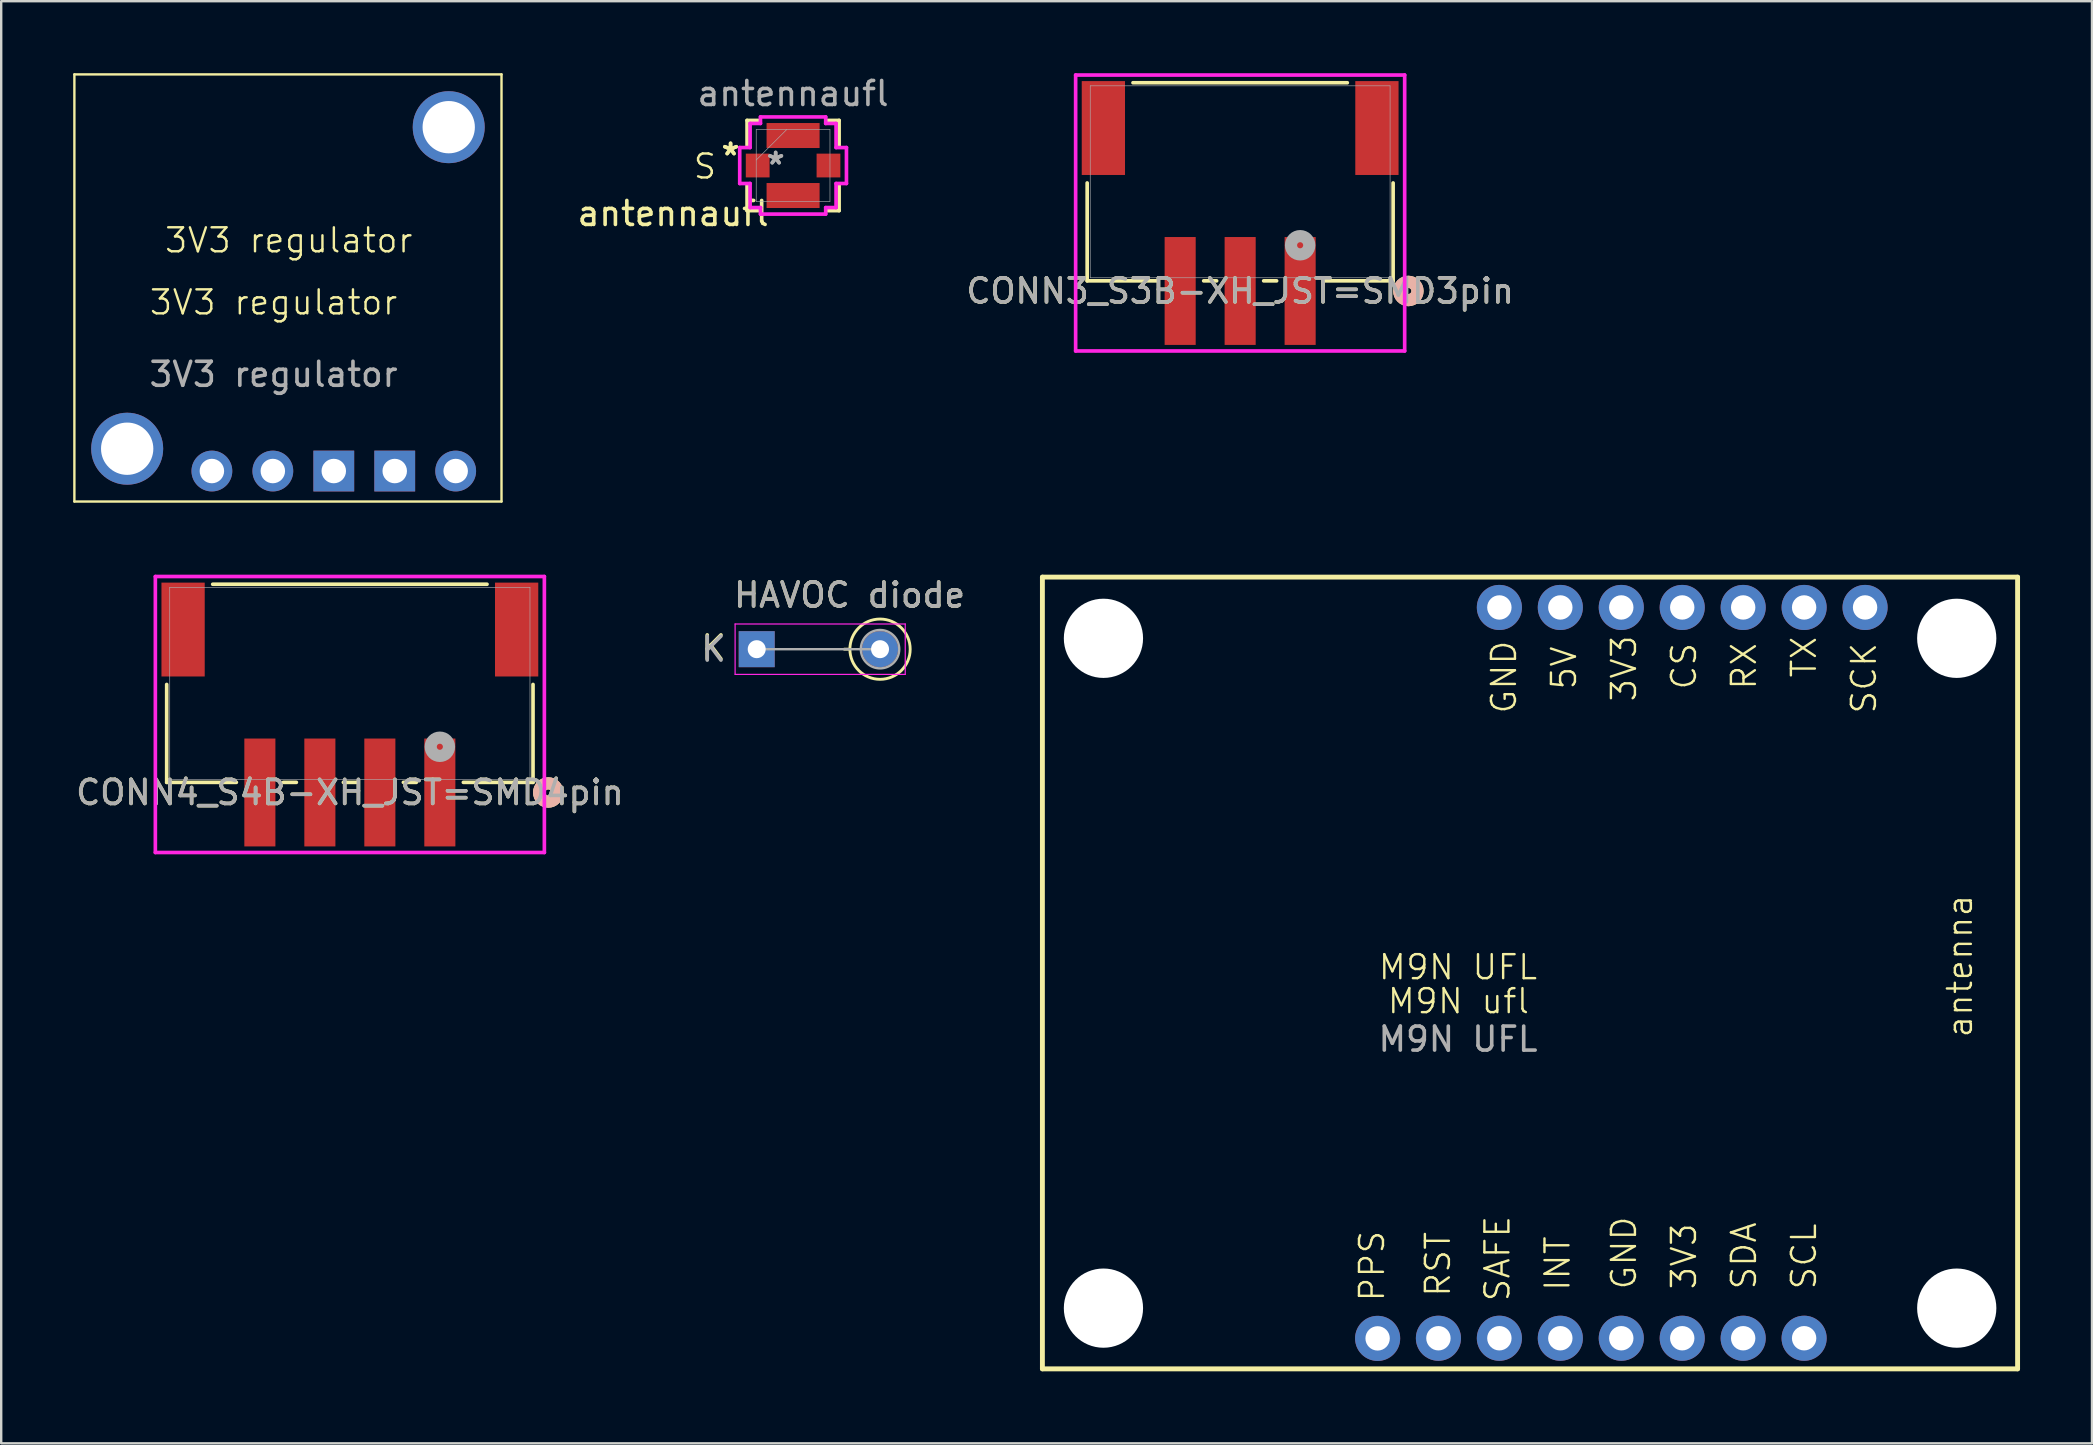
<source format=kicad_pcb>
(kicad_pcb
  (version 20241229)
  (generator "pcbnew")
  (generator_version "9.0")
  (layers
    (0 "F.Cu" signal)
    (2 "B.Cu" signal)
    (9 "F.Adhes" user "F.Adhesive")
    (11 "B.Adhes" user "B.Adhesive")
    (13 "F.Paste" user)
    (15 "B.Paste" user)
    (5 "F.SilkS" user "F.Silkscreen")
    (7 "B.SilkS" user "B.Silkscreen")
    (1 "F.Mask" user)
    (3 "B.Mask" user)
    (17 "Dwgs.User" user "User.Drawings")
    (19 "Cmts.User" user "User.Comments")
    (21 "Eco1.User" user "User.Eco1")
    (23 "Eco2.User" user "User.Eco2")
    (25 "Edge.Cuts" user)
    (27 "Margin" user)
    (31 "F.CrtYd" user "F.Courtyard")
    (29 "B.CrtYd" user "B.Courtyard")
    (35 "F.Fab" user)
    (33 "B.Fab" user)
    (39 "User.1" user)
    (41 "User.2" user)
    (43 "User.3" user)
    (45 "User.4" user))
  (footprint "CONN4_S4B-XH_JST=SMD4pin"
    (layer "F.Cu")
    (at 11.53 25.426)
    (property "Reference" "CONN4_S4B-XH_JST=SMD4pin" (at 0 4.55 0) (unlocked yes) (layer "F.SilkS") (effects (font (size 1 1) (thickness 0.15))))
    (attr smd)
    (fp_line (start -7.633 0.048) (end -7.633 4.128) (stroke (width 0.152) (type solid)) (layer "F.SilkS"))
    (fp_line (start -7.633 4.128) (end -4.73 4.128) (stroke (width 0.152) (type solid)) (layer "F.SilkS"))
    (fp_line (start -2.77 4.128) (end -2.23 4.128) (stroke (width 0.152) (type solid)) (layer "F.SilkS"))
    (fp_line (start -0.27 4.128) (end 0.27 4.128) (stroke (width 0.152) (type solid)) (layer "F.SilkS"))
    (fp_line (start 2.23 4.128) (end 2.77 4.128) (stroke (width 0.152) (type solid)) (layer "F.SilkS"))
    (fp_line (start 4.73 4.128) (end 7.633 4.128) (stroke (width 0.152) (type solid)) (layer "F.SilkS"))
    (fp_line (start 5.716 -4.128) (end -5.716 -4.128) (stroke (width 0.152) (type solid)) (layer "F.SilkS"))
    (fp_line (start 7.633 4.128) (end 7.633 0.048) (stroke (width 0.152) (type solid)) (layer "F.SilkS"))
    (fp_circle (center 8.268 4.55) (end 8.649 4.55) (stroke (width 0.508) (type solid)) (fill no) (layer "F.SilkS"))
    (fp_circle (center 8.268 4.55) (end 8.649 4.55) (stroke (width 0.508) (type solid)) (fill no) (layer "B.SilkS"))
    (fp_line (start -8.106 -4.45) (end -8.106 7.051) (stroke (width 0.152) (type solid)) (layer "F.CrtYd"))
    (fp_line (start -8.106 7.051) (end 8.106 7.051) (stroke (width 0.152) (type solid)) (layer "F.CrtYd"))
    (fp_line (start 8.106 -4.45) (end -8.106 -4.45) (stroke (width 0.152) (type solid)) (layer "F.CrtYd"))
    (fp_line (start 8.106 7.051) (end 8.106 -4.45) (stroke (width 0.152) (type solid)) (layer "F.CrtYd"))
    (fp_line (start -7.506 -4) (end -7.506 4) (stroke (width 0.025) (type solid)) (layer "F.Fab"))
    (fp_line (start -7.506 4) (end 7.506 4) (stroke (width 0.025) (type solid)) (layer "F.Fab"))
    (fp_line (start 7.506 -4) (end -7.506 -4) (stroke (width 0.025) (type solid)) (layer "F.Fab"))
    (fp_line (start 7.506 4) (end 7.506 -4) (stroke (width 0.025) (type solid)) (layer "F.Fab"))
    (fp_circle (center 3.75 2.645) (end 4.131 2.645) (stroke (width 0.508) (type solid)) (fill no) (layer "F.Fab"))
    (fp_text user "${REFERENCE}" (at 0 4.55 0) (unlocked yes) (layer "F.Fab") (effects (font (size 1 1) (thickness 0.15))))
    (pad "1" smd rect (at 3.75 4.55) (size 1.295 4.496) (layers "F.Cu" "F.Mask" "F.Paste"))
    (pad "2" smd rect (at 1.25 4.55) (size 1.295 4.496) (layers "F.Cu" "F.Mask" "F.Paste"))
    (pad "3" smd rect (at -1.25 4.55) (size 1.295 4.496) (layers "F.Cu" "F.Mask" "F.Paste"))
    (pad "4" smd rect (at -3.75 4.55) (size 1.295 4.496) (layers "F.Cu" "F.Mask" "F.Paste"))
    (pad "5" smd rect (at -6.95 -2.24) (size 1.803 3.912) (layers "F.Cu" "F.Mask" "F.Paste"))
    (pad "6" smd rect (at 6.95 -2.24) (size 1.803 3.912) (layers "F.Cu" "F.Mask" "F.Paste")))
  (footprint "antennaufl"
    (layer "F.Cu")
    (at 30.001 3.848)
    (property "Reference" "antennaufl" (at -5 2 0) (unlocked yes) (layer "F.SilkS") (effects (font (size 1 1) (thickness 0.15))))
    (attr smd)
    (fp_line (start -1.918 -1.88) (end -1.918 -0.828) (stroke (width 0.152) (type solid)) (layer "F.SilkS"))
    (fp_line (start -1.918 0.828) (end -1.918 1.88) (stroke (width 0.152) (type solid)) (layer "F.SilkS"))
    (fp_line (start -1.918 1.88) (end -1.419 1.88) (stroke (width 0.152) (type solid)) (layer "F.SilkS"))
    (fp_line (start -1.419 -1.88) (end -1.918 -1.88) (stroke (width 0.152) (type solid)) (layer "F.SilkS"))
    (fp_line (start 1.419 1.88) (end 1.918 1.88) (stroke (width 0.152) (type solid)) (layer "F.SilkS"))
    (fp_line (start 1.918 -1.88) (end 1.419 -1.88) (stroke (width 0.152) (type solid)) (layer "F.SilkS"))
    (fp_line (start 1.918 -0.828) (end 1.918 -1.88) (stroke (width 0.152) (type solid)) (layer "F.SilkS"))
    (fp_line (start 1.918 1.88) (end 1.918 0.828) (stroke (width 0.152) (type solid)) (layer "F.SilkS"))
    (fp_line (start -2.224 -0.749) (end -2.224 0.749) (stroke (width 0.152) (type solid)) (layer "F.CrtYd"))
    (fp_line (start -2.224 0.749) (end -1.791 0.749) (stroke (width 0.152) (type solid)) (layer "F.CrtYd"))
    (fp_line (start -1.791 -1.753) (end -1.791 -0.749) (stroke (width 0.152) (type solid)) (layer "F.CrtYd"))
    (fp_line (start -1.791 -0.749) (end -2.224 -0.749) (stroke (width 0.152) (type solid)) (layer "F.CrtYd"))
    (fp_line (start -1.791 0.749) (end -1.791 1.753) (stroke (width 0.152) (type solid)) (layer "F.CrtYd"))
    (fp_line (start -1.791 1.753) (end -1.359 1.753) (stroke (width 0.152) (type solid)) (layer "F.CrtYd"))
    (fp_line (start -1.359 -2.025) (end -1.359 -1.753) (stroke (width 0.152) (type solid)) (layer "F.CrtYd"))
    (fp_line (start -1.359 -1.753) (end -1.791 -1.753) (stroke (width 0.152) (type solid)) (layer "F.CrtYd"))
    (fp_line (start -1.359 1.753) (end -1.359 2.025) (stroke (width 0.152) (type solid)) (layer "F.CrtYd"))
    (fp_line (start -1.359 2.025) (end 1.359 2.025) (stroke (width 0.152) (type solid)) (layer "F.CrtYd"))
    (fp_line (start 1.359 -2.025) (end -1.359 -2.025) (stroke (width 0.152) (type solid)) (layer "F.CrtYd"))
    (fp_line (start 1.359 -1.753) (end 1.359 -2.025) (stroke (width 0.152) (type solid)) (layer "F.CrtYd"))
    (fp_line (start 1.359 1.753) (end 1.791 1.753) (stroke (width 0.152) (type solid)) (layer "F.CrtYd"))
    (fp_line (start 1.359 2.025) (end 1.359 1.753) (stroke (width 0.152) (type solid)) (layer "F.CrtYd"))
    (fp_line (start 1.791 -1.753) (end 1.359 -1.753) (stroke (width 0.152) (type solid)) (layer "F.CrtYd"))
    (fp_line (start 1.791 -0.749) (end 1.791 -1.753) (stroke (width 0.152) (type solid)) (layer "F.CrtYd"))
    (fp_line (start 1.791 0.749) (end 2.224 0.749) (stroke (width 0.152) (type solid)) (layer "F.CrtYd"))
    (fp_line (start 1.791 1.753) (end 1.791 0.749) (stroke (width 0.152) (type solid)) (layer "F.CrtYd"))
    (fp_line (start 2.224 -0.749) (end 1.791 -0.749) (stroke (width 0.152) (type solid)) (layer "F.CrtYd"))
    (fp_line (start 2.224 0.749) (end 2.224 -0.749) (stroke (width 0.152) (type solid)) (layer "F.CrtYd"))
    (fp_line (start -1.537 -1.499) (end -1.537 1.499) (stroke (width 0.025) (type solid)) (layer "F.Fab"))
    (fp_line (start -1.537 -0.229) (end -0.267 -1.499) (stroke (width 0.025) (type solid)) (layer "F.Fab"))
    (fp_line (start -1.537 1.499) (end 1.537 1.499) (stroke (width 0.025) (type solid)) (layer "F.Fab"))
    (fp_line (start 1.537 -1.499) (end -1.537 -1.499) (stroke (width 0.025) (type solid)) (layer "F.Fab"))
    (fp_line (start 1.537 1.499) (end 1.537 -1.499) (stroke (width 0.025) (type solid)) (layer "F.Fab"))
    (fp_text user "S" (at -4.216 0.624 0) (unlocked yes) (layer "F.SilkS") (effects (font (size 1 1) (thickness 0.1)) (justify left bottom)))
    (fp_text user "*" (at -2.605 -0.381 0) (unlocked yes) (layer "F.SilkS") (effects (font (size 1 1) (thickness 0.15))))
    (fp_text user "*" (at -2.605 -0.381 0) (layer "F.SilkS") (effects (font (size 1 1) (thickness 0.15))))
    (fp_text user "*" (at -0.726 0 0) (layer "F.Fab") (effects (font (size 1 1) (thickness 0.15))))
    (fp_text user "${REFERENCE}" (at 0 -3 0) (unlocked yes) (layer "F.Fab") (effects (font (size 1 1) (thickness 0.15))))
    (fp_text user "*" (at -0.726 0 0) (unlocked yes) (layer "F.Fab") (effects (font (size 1 1) (thickness 0.15))))
    (pad "1" smd rect (at -1.475 0 90) (size 0.991 0.991) (layers "F.Cu" "F.Mask" "F.Paste"))
    (pad "2" smd rect (at 0 -1.25) (size 2.21 1.041) (layers "F.Cu" "F.Mask" "F.Paste"))
    (pad "2" smd rect (at 0 1.25) (size 2.21 1.041) (layers "F.Cu" "F.Mask" "F.Paste"))
    (pad "2" smd rect (at 1.475 0 90) (size 0.991 0.991) (layers "F.Cu" "F.Mask" "F.Paste")))
  (footprint "M9N UFL"
    (layer "F.Cu")
    (at 57.711 37.756)
    (property "Reference" "M9N UFL" (at 0 -0.5 0) (unlocked yes) (layer "F.SilkS") (effects (font (size 1 1) (thickness 0.1))))
    (attr through_hole)
    (fp_line (start -17.32 -16.755) (end 23.32 -16.755) (stroke (width 0.203) (type solid)) (layer "F.SilkS"))
    (fp_line (start -17.32 16.24) (end -17.32 -16.755) (stroke (width 0.203) (type solid)) (layer "F.SilkS"))
    (fp_line (start 23.32 -16.755) (end 23.32 16.24) (stroke (width 0.203) (type solid)) (layer "F.SilkS"))
    (fp_line (start 23.32 16.24) (end -17.32 16.24) (stroke (width 0.203) (type solid)) (layer "F.SilkS"))
    (fp_text user "RX" (at 12.5 -12 90) (unlocked yes) (layer "F.SilkS") (effects (font (size 1 1) (thickness 0.1)) (justify left bottom)))
    (fp_text user "GND" (at 2.5 -11 90) (unlocked yes) (layer "F.SilkS") (effects (font (size 1 1) (thickness 0.1)) (justify left bottom)))
    (fp_text user "SAFE" (at 2.227 13.497 90) (unlocked yes) (layer "F.SilkS") (effects (font (size 1 1) (thickness 0.1)) (justify left bottom)))
    (fp_text user "RST" (at -0.253 13.302 90) (unlocked yes) (layer "F.SilkS") (effects (font (size 1 1) (thickness 0.1)) (justify left bottom)))
    (fp_text user "SCK" (at 17.5 -11 90) (unlocked yes) (layer "F.SilkS") (effects (font (size 1 1) (thickness 0.1)) (justify left bottom)))
    (fp_text user "5V" (at 5 -12 90) (unlocked yes) (layer "F.SilkS") (effects (font (size 1 1) (thickness 0.1)) (justify left bottom)))
    (fp_text user "PPS" (at -3 13.5 90) (unlocked yes) (layer "F.SilkS") (effects (font (size 1 1) (thickness 0.1)) (justify left bottom)))
    (fp_text user "M9N ufl" (at -3 1.5 0) (unlocked yes) (layer "F.SilkS") (effects (font (size 1 1) (thickness 0.1)) (justify left bottom)))
    (fp_text user "SCL" (at 15 13 90) (unlocked yes) (layer "F.SilkS") (effects (font (size 1 1) (thickness 0.1)) (justify left bottom)))
    (fp_text user "INT" (at 4.731 13.059 90) (unlocked yes) (layer "F.SilkS") (effects (font (size 1 1) (thickness 0.1)) (justify left bottom)))
    (fp_text user "antenna" (at 21.5 2.5 90) (unlocked yes) (layer "F.SilkS") (effects (font (size 1 1) (thickness 0.1)) (justify left bottom)))
    (fp_text user "3V3" (at 10 13 90) (unlocked yes) (layer "F.SilkS") (effects (font (size 1 1) (thickness 0.1)) (justify left bottom)))
    (fp_text user "CS" (at 10 -12 90) (unlocked yes) (layer "F.SilkS") (effects (font (size 1 1) (thickness 0.1)) (justify left bottom)))
    (fp_text user "3V3" (at 7.5 -11.5 90) (unlocked yes) (layer "F.SilkS") (effects (font (size 1 1) (thickness 0.1)) (justify left bottom)))
    (fp_text user "GND" (at 7.5 13 90) (unlocked yes) (layer "F.SilkS") (effects (font (size 1 1) (thickness 0.1)) (justify left bottom)))
    (fp_text user "SDA" (at 12.5 13 90) (unlocked yes) (layer "F.SilkS") (effects (font (size 1 1) (thickness 0.1)) (justify left bottom)))
    (fp_text user "TX" (at 15 -12.5 90) (unlocked yes) (layer "F.SilkS") (effects (font (size 1 1) (thickness 0.1)) (justify left bottom)))
    (fp_text user "${REFERENCE}" (at 0 2.5 0) (unlocked yes) (layer "F.Fab") (effects (font (size 1 1) (thickness 0.15))))
    (pad "" np_thru_hole circle (at -14.776 -14.205) (size 3.302 3.302) (drill 3.302) (layers "*.Cu" "*.Mask"))
    (pad "" np_thru_hole circle (at -14.776 13.709) (size 3.302 3.302) (drill 3.302) (layers "*.Cu" "*.Mask"))
    (pad "" np_thru_hole circle (at 20.784 -14.205) (size 3.302 3.302) (drill 3.302) (layers "*.Cu" "*.Mask"))
    (pad "" np_thru_hole circle (at 20.784 13.709) (size 3.302 3.302) (drill 3.302) (layers "*.Cu" "*.Mask"))
    (pad "1" thru_hole circle (at -3.35 14.97 270) (size 1.88 1.88) (drill 1.016) (layers "*.Cu" "*.Mask"))
    (pad "2" thru_hole circle (at -0.816 14.964 270) (size 1.88 1.88) (drill 1.016) (layers "*.Cu" "*.Mask"))
    (pad "3" thru_hole circle (at 1.724 14.964 270) (size 1.88 1.88) (drill 1.016) (layers "*.Cu" "*.Mask"))
    (pad "4" thru_hole circle (at 4.264 14.964 270) (size 1.88 1.88) (drill 1.016) (layers "*.Cu" "*.Mask"))
    (pad "5" thru_hole circle (at 6.804 14.964 90) (size 1.88 1.88) (drill 1.016) (layers "*.Cu" "*.Mask"))
    (pad "6" thru_hole circle (at 9.344 14.964 90) (size 1.88 1.88) (drill 1.016) (layers "*.Cu" "*.Mask"))
    (pad "7" thru_hole circle (at 11.884 14.964 90) (size 1.88 1.88) (drill 1.016) (layers "*.Cu" "*.Mask"))
    (pad "8" thru_hole circle (at 14.424 14.964 90) (size 1.88 1.88) (drill 1.016) (layers "*.Cu" "*.Mask"))
    (pad "9" thru_hole circle (at 1.724 -15.491 90) (size 1.88 1.88) (drill 1.016) (layers "*.Cu" "*.Mask"))
    (pad "10" thru_hole circle (at 4.264 -15.491 90) (size 1.88 1.88) (drill 1.016) (layers "*.Cu" "*.Mask"))
    (pad "11" thru_hole circle (at 6.804 -15.491 90) (size 1.88 1.88) (drill 1.016) (layers "*.Cu" "*.Mask"))
    (pad "12" thru_hole circle (at 9.344 -15.491 90) (size 1.88 1.88) (drill 1.016) (layers "*.Cu" "*.Mask"))
    (pad "13" thru_hole circle (at 11.884 -15.491 90) (size 1.88 1.88) (drill 1.016) (layers "*.Cu" "*.Mask"))
    (pad "14" thru_hole circle (at 14.424 -15.491 90) (size 1.88 1.88) (drill 1.016) (layers "*.Cu" "*.Mask"))
    (pad "15" thru_hole circle (at 16.964 -15.491 90) (size 1.88 1.88) (drill 1.016) (layers "*.Cu" "*.Mask")))
  (footprint "HAVOC diode"
    (layer "F.Cu")
    (at 31.085 24.004)
    (property "Reference" "HAVOC diode" (at 1.27 -2.256 0) (layer "F.SilkS") (effects (font (size 1 1) (thickness 0.15))))
    (attr through_hole)
    (fp_line (start 1.284 0) (end 1.05 0) (stroke (width 0.12) (type solid)) (layer "F.SilkS"))
    (fp_circle (center 2.54 0) (end 3.796 0) (stroke (width 0.12) (type solid)) (fill no) (layer "F.SilkS"))
    (fp_line (start -3.5 -1.05) (end -3.5 1.05) (stroke (width 0.05) (type solid)) (layer "F.CrtYd"))
    (fp_line (start -3.5 1.05) (end 3.59 1.05) (stroke (width 0.05) (type solid)) (layer "F.CrtYd"))
    (fp_line (start 3.59 -1.05) (end -3.5 -1.05) (stroke (width 0.05) (type solid)) (layer "F.CrtYd"))
    (fp_line (start 3.59 1.05) (end 3.59 -1.05) (stroke (width 0.05) (type solid)) (layer "F.CrtYd"))
    (fp_line (start -2.6 0) (end 2.54 0) (stroke (width 0.1) (type solid)) (layer "F.Fab"))
    (fp_circle (center 2.54 0) (end 3.34 0) (stroke (width 0.1) (type solid)) (fill no) (layer "F.Fab"))
    (fp_text user "K" (at -4.4 -0.05 0) (layer "F.SilkS") (effects (font (size 1 1) (thickness 0.15))))
    (fp_text user "${REFERENCE}" (at 1.27 -2.256 0) (layer "F.Fab") (effects (font (size 1 1) (thickness 0.15))))
    (fp_text user "K" (at -4.4 0 0) (layer "F.Fab") (effects (font (size 1 1) (thickness 0.15))))
    (pad "1" thru_hole rect (at -2.6 0) (size 1.5 1.5) (drill 0.75) (layers "*.Cu" "*.Mask"))
    (pad "2" thru_hole oval (at 2.54 0) (size 1.5 1.5) (drill 0.75) (layers "*.Cu" "*.Mask")))
  (footprint "3V3 regulator"
    (layer "F.Cu")
    (at 8.35 10.05)
    (property "Reference" "3V3 regulator" (at 0 -0.5 0) (unlocked yes) (layer "F.SilkS") (effects (font (size 1 1) (thickness 0.1))))
    (attr through_hole)
    (fp_line (start -8.3 -10) (end -8.3 7.8) (stroke (width 0.1) (type default)) (layer "F.SilkS"))
    (fp_line (start 9.5 -10) (end -8.3 -10) (stroke (width 0.1) (type default)) (layer "F.SilkS"))
    (fp_line (start 9.5 -10) (end 9.5 7.8) (stroke (width 0.1) (type default)) (layer "F.SilkS"))
    (fp_line (start 9.5 7.8) (end -8.3 7.8) (stroke (width 0.1) (type default)) (layer "F.SilkS"))
    (fp_text user "3V3 regulator" (at -4.6 -2.5 0) (unlocked yes) (layer "F.SilkS") (effects (font (size 1 1) (thickness 0.1)) (justify left bottom)))
    (fp_text user "${REFERENCE}" (at 0 2.5 0) (unlocked yes) (layer "F.Fab") (effects (font (size 1 1) (thickness 0.15))))
    (pad "" np_thru_hole circle (at -6.1 5.6 180) (size 3 3) (drill 2.18) (layers "*.Cu" "*.Mask"))
    (pad "" np_thru_hole circle (at 7.3 -7.8) (size 3 3) (drill 2.18) (layers "*.Cu" "*.Mask"))
    (pad "1" thru_hole circle (at -2.57 6.53) (size 1.7 1.7) (drill 1.02) (layers "*.Cu" "*.Mask"))
    (pad "2" thru_hole circle (at -0.03 6.53) (size 1.7 1.7) (drill 1.02) (layers "*.Cu" "*.Mask"))
    (pad "3" thru_hole circle (at 7.59 6.53) (size 1.7 1.7) (drill 1.02) (layers "*.Cu" "*.Mask"))
    (pad "4" thru_hole rect (at 2.51 6.53) (size 1.7 1.7) (drill 1.02) (layers "*.Cu" "*.Mask"))
    (pad "4" thru_hole rect (at 5.05 6.53) (size 1.7 1.7) (drill 1.02) (layers "*.Cu" "*.Mask")))
  (footprint "CONN3_S3B-XH_JST=SMD3pin"
    (layer "F.Cu")
    (at 48.632 4.526)
    (property "Reference" "CONN3_S3B-XH_JST=SMD3pin" (at 0 4.55 0) (unlocked yes) (layer "F.SilkS") (effects (font (size 1 1) (thickness 0.15))))
    (attr smd)
    (fp_line (start -6.375 0.048) (end -6.375 4.128) (stroke (width 0.152) (type solid)) (layer "F.SilkS"))
    (fp_line (start -6.375 4.128) (end -3.48 4.128) (stroke (width 0.152) (type solid)) (layer "F.SilkS"))
    (fp_line (start -1.52 4.128) (end -0.98 4.128) (stroke (width 0.152) (type solid)) (layer "F.SilkS"))
    (fp_line (start 0.98 4.128) (end 1.52 4.128) (stroke (width 0.152) (type solid)) (layer "F.SilkS"))
    (fp_line (start 3.48 4.128) (end 6.375 4.128) (stroke (width 0.152) (type solid)) (layer "F.SilkS"))
    (fp_line (start 4.466 -4.128) (end -4.466 -4.128) (stroke (width 0.152) (type solid)) (layer "F.SilkS"))
    (fp_line (start 6.375 4.128) (end 6.375 0.048) (stroke (width 0.152) (type solid)) (layer "F.SilkS"))
    (fp_circle (center 7.01 4.55) (end 7.391 4.55) (stroke (width 0.508) (type solid)) (fill no) (layer "F.SilkS"))
    (fp_circle (center 7.01 4.55) (end 7.391 4.55) (stroke (width 0.508) (type solid)) (fill no) (layer "B.SilkS"))
    (fp_line (start -6.856 -4.45) (end -6.856 7.051) (stroke (width 0.152) (type solid)) (layer "F.CrtYd"))
    (fp_line (start -6.856 7.051) (end 6.856 7.051) (stroke (width 0.152) (type solid)) (layer "F.CrtYd"))
    (fp_line (start 6.856 -4.45) (end -6.856 -4.45) (stroke (width 0.152) (type solid)) (layer "F.CrtYd"))
    (fp_line (start 6.856 7.051) (end 6.856 -4.45) (stroke (width 0.152) (type solid)) (layer "F.CrtYd"))
    (fp_line (start -6.248 -4) (end -6.248 4) (stroke (width 0.025) (type solid)) (layer "F.Fab"))
    (fp_line (start -6.248 4) (end 6.248 4) (stroke (width 0.025) (type solid)) (layer "F.Fab"))
    (fp_line (start 6.248 -4) (end -6.248 -4) (stroke (width 0.025) (type solid)) (layer "F.Fab"))
    (fp_line (start 6.248 4) (end 6.248 -4) (stroke (width 0.025) (type solid)) (layer "F.Fab"))
    (fp_circle (center 2.5 2.645) (end 2.881 2.645) (stroke (width 0.508) (type solid)) (fill no) (layer "F.Fab"))
    (fp_text user "${REFERENCE}" (at 0 4.55 0) (unlocked yes) (layer "F.Fab") (effects (font (size 1 1) (thickness 0.15))))
    (pad "1" smd rect (at 2.5 4.55) (size 1.295 4.496) (layers "F.Cu" "F.Mask" "F.Paste"))
    (pad "2" smd rect (at 0 4.55) (size 1.295 4.496) (layers "F.Cu" "F.Mask" "F.Paste"))
    (pad "3" smd rect (at -2.5 4.55) (size 1.295 4.496) (layers "F.Cu" "F.Mask" "F.Paste"))
    (pad "4" smd rect (at -5.7 -2.24) (size 1.803 3.912) (layers "F.Cu" "F.Mask" "F.Paste"))
    (pad "5" smd rect (at 5.7 -2.24) (size 1.803 3.912) (layers "F.Cu" "F.Mask" "F.Paste")))
  (gr_rect
    (start -3 -3)
    (end 84.132 57.098)
    (stroke (width 0.1) (type default))
    (fill no)
    (layer "Edge.Cuts")))
</source>
